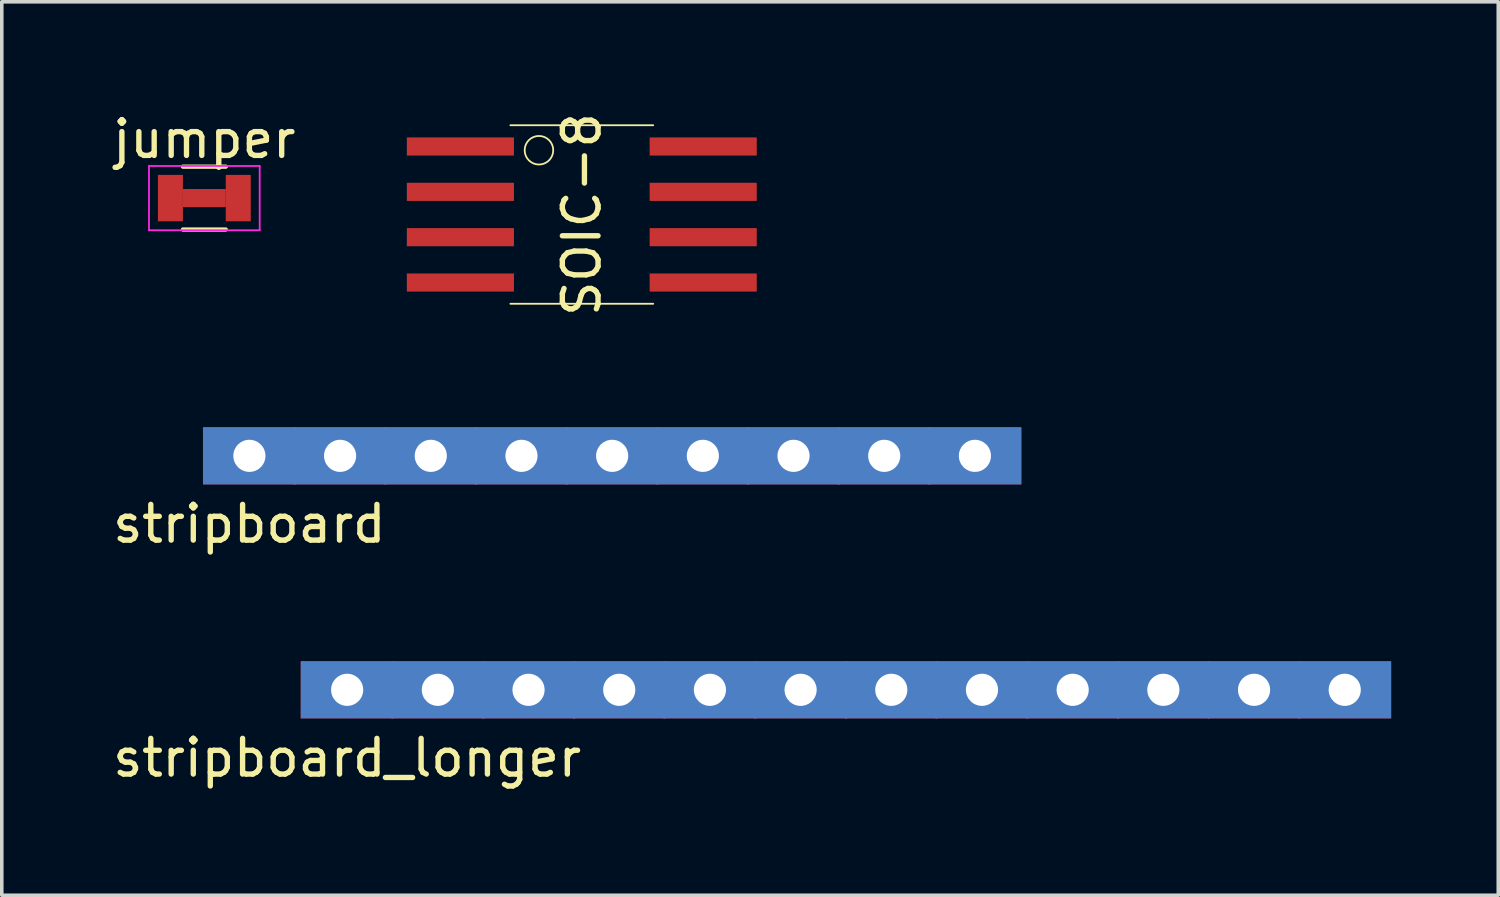
<source format=kicad_pcb>
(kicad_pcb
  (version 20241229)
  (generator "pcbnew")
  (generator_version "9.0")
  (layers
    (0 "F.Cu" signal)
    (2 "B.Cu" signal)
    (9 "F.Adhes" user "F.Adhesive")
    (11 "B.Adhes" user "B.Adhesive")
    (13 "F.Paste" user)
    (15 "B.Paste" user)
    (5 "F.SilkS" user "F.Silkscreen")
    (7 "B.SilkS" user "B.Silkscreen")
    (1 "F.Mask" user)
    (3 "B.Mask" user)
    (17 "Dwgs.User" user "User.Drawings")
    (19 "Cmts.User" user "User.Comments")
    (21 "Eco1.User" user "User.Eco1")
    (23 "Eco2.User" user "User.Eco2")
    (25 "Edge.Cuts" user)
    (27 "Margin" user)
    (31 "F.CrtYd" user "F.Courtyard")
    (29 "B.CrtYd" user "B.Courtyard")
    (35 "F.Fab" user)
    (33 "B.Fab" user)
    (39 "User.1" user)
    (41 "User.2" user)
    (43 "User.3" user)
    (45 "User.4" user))
  (footprint "jumper"
    (layer "F.Cu")
    (at 2.673 2.498)
    (property "Reference" "jumper" (at 0 -1.65 0) (layer "F.SilkS") (effects (font (size 1 1) (thickness 0.15))))
    (attr smd)
    (fp_line (start -0.6 -0.88) (end 0.6 -0.88) (stroke (width 0.12) (type solid)) (layer "F.SilkS"))
    (fp_line (start 0.6 0.88) (end -0.6 0.88) (stroke (width 0.12) (type solid)) (layer "F.SilkS"))
    (fp_line (start -1.55 -0.9) (end -1.55 0.9) (stroke (width 0.05) (type solid)) (layer "F.CrtYd"))
    (fp_line (start -1.55 -0.9) (end 1.55 -0.9) (stroke (width 0.05) (type solid)) (layer "F.CrtYd"))
    (fp_line (start 1.55 0.9) (end -1.55 0.9) (stroke (width 0.05) (type solid)) (layer "F.CrtYd"))
    (fp_line (start 1.55 0.9) (end 1.55 -0.9) (stroke (width 0.05) (type solid)) (layer "F.CrtYd"))
    (pad "" smd rect (at 0 0) (size 1.2 0.508) (layers "F.Cu" "F.Mask" "F.Paste"))
    (pad "1" smd rect (at -0.95 0) (size 0.7 1.3) (layers "F.Cu" "F.Mask" "F.Paste"))
    (pad "2" smd rect (at 0.95 0) (size 0.7 1.3) (layers "F.Cu" "F.Mask" "F.Paste")))
  (footprint "SOIC-8"
    (layer "F.Cu")
    (at 13.245 2.958)
    (property "Reference" "SOIC-8" (at 0 0 90) (layer "F.SilkS") (effects (font (size 1 1) (thickness 0.15))))
    (attr through_hole)
    (fp_line (start -2 -2.5) (end 2 -2.5) (stroke (width 0.05) (type solid)) (layer "F.SilkS"))
    (fp_line (start -2 2.5) (end 2 2.5) (stroke (width 0.05) (type solid)) (layer "F.SilkS"))
    (fp_circle (center -1.2 -1.8) (end -1.2 -1.4) (stroke (width 0.05) (type solid)) (fill no) (layer "F.SilkS"))
    (pad "1" smd rect (at -3.4 -1.905) (size 3 0.508) (layers "F.Cu" "F.Mask" "F.Paste"))
    (pad "2" smd rect (at -3.4 -0.635) (size 3 0.508) (layers "F.Cu" "F.Mask" "F.Paste"))
    (pad "3" smd rect (at -3.4 0.635) (size 3 0.508) (layers "F.Cu" "F.Mask" "F.Paste"))
    (pad "4" smd rect (at -3.4 1.905) (size 3 0.508) (layers "F.Cu" "F.Mask" "F.Paste"))
    (pad "5" smd rect (at 3.4 1.905) (size 3 0.508) (layers "F.Cu" "F.Mask" "F.Paste"))
    (pad "6" smd rect (at 3.4 0.635) (size 3 0.508) (layers "F.Cu" "F.Mask" "F.Paste"))
    (pad "7" smd rect (at 3.4 -0.635) (size 3 0.508) (layers "F.Cu" "F.Mask" "F.Paste"))
    (pad "8" smd rect (at 3.4 -1.905) (size 3 0.508) (layers "F.Cu" "F.Mask" "F.Paste")))
  (footprint "stripboard"
    (layer "F.Cu")
    (at 3.935 9.717)
    (property "Reference" "stripboard" (at 0 1.905 0) (layer "F.SilkS") (effects (font (size 1 1) (thickness 0.15))))
    (attr through_hole)
    (pad "" np_thru_hole rect (at 0 0) (size 2.6 1.6) (drill 0.9) (layers "*.Cu" "*.Mask"))
    (pad "" np_thru_hole rect (at 2.54 0) (size 2.6 1.6) (drill 0.9) (layers "*.Cu" "*.Mask"))
    (pad "" np_thru_hole rect (at 5.08 0) (size 2.6 1.6) (drill 0.9) (layers "*.Cu" "*.Mask"))
    (pad "" np_thru_hole rect (at 7.62 0) (size 2.6 1.6) (drill 0.9) (layers "*.Cu" "*.Mask"))
    (pad "" np_thru_hole rect (at 10.16 0) (size 2.6 1.6) (drill 0.9) (layers "*.Cu" "*.Mask"))
    (pad "" np_thru_hole rect (at 12.7 0) (size 2.6 1.6) (drill 0.9) (layers "*.Cu" "*.Mask"))
    (pad "" np_thru_hole rect (at 15.24 0) (size 2.6 1.6) (drill 0.9) (layers "*.Cu" "*.Mask"))
    (pad "" np_thru_hole rect (at 17.78 0) (size 2.6 1.6) (drill 0.9) (layers "*.Cu" "*.Mask"))
    (pad "1" thru_hole rect (at 20.32 0) (size 2.6 1.6) (drill 0.9) (layers "*.Cu" "*.Mask")))
  (footprint "stripboard_longer"
    (layer "F.Cu")
    (at 6.673 16.27)
    (property "Reference" "stripboard_longer" (at 0 1.905 0) (layer "F.SilkS") (effects (font (size 1 1) (thickness 0.15))))
    (attr through_hole)
    (pad "" np_thru_hole rect (at 0 0) (size 2.6 1.6) (drill 0.9) (layers "*.Cu" "*.Mask"))
    (pad "" np_thru_hole rect (at 2.54 0) (size 2.6 1.6) (drill 0.9) (layers "*.Cu" "*.Mask"))
    (pad "" np_thru_hole rect (at 5.08 0) (size 2.6 1.6) (drill 0.9) (layers "*.Cu" "*.Mask"))
    (pad "" np_thru_hole rect (at 7.62 0) (size 2.6 1.6) (drill 0.9) (layers "*.Cu" "*.Mask"))
    (pad "" np_thru_hole rect (at 10.16 0) (size 2.6 1.6) (drill 0.9) (layers "*.Cu" "*.Mask"))
    (pad "" np_thru_hole rect (at 12.7 0) (size 2.6 1.6) (drill 0.9) (layers "*.Cu" "*.Mask"))
    (pad "" np_thru_hole rect (at 15.24 0) (size 2.6 1.6) (drill 0.9) (layers "*.Cu" "*.Mask"))
    (pad "" np_thru_hole rect (at 17.78 0) (size 2.6 1.6) (drill 0.9) (layers "*.Cu" "*.Mask"))
    (pad "" np_thru_hole rect (at 20.32 0) (size 2.6 1.6) (drill 0.9) (layers "*.Cu" "*.Mask"))
    (pad "" np_thru_hole rect (at 22.86 0) (size 2.6 1.6) (drill 0.9) (layers "*.Cu" "*.Mask"))
    (pad "" np_thru_hole rect (at 25.4 0) (size 2.6 1.6) (drill 0.9) (layers "*.Cu" "*.Mask"))
    (pad "1" thru_hole rect (at 27.94 0) (size 2.6 1.6) (drill 0.9) (layers "*.Cu" "*.Mask")))
  (gr_rect
    (start -3 -3)
    (end 38.913 22.023)
    (stroke (width 0.1) (type default))
    (fill no)
    (layer "Edge.Cuts")))
</source>
